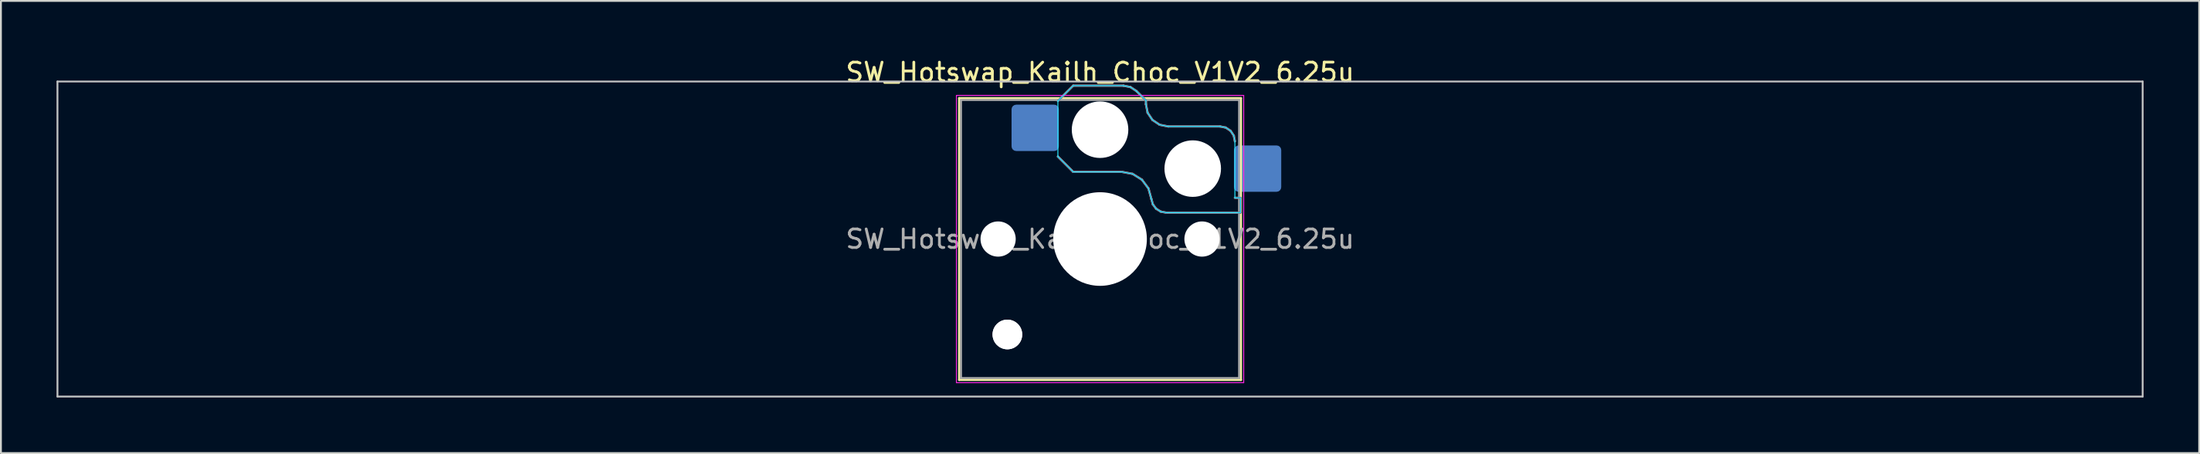
<source format=kicad_pcb>
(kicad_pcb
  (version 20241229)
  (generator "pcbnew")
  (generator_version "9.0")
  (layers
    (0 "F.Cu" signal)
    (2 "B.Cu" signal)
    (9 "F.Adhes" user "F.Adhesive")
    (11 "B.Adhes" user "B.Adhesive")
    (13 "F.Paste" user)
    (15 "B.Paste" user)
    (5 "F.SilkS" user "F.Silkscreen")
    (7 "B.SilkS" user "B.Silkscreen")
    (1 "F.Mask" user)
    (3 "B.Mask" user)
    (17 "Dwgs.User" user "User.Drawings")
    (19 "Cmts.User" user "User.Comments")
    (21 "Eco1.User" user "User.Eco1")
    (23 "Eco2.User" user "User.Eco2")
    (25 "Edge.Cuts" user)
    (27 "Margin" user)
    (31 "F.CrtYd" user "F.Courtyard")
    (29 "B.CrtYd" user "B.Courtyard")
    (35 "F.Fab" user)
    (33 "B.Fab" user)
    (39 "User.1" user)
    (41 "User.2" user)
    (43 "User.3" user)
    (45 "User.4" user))
  (footprint "SW_Hotswap_Kailh_Choc_V1V2_6.25u"
    (layer "F.Cu")
    (at 56.3 9.848)
    (property "Reference" "SW_Hotswap_Kailh_Choc_V1V2_6.25u" (at 0 -9 0) (layer "F.SilkS") (effects (font (size 1 1) (thickness 0.15))))
    (attr smd)
    (fp_line (start -7.6 -7.6) (end -7.6 7.6) (stroke (width 0.12) (type solid)) (layer "F.SilkS"))
    (fp_line (start -7.6 7.6) (end 7.6 7.6) (stroke (width 0.12) (type solid)) (layer "F.SilkS"))
    (fp_line (start 7.6 -7.6) (end -7.6 -7.6) (stroke (width 0.12) (type solid)) (layer "F.SilkS"))
    (fp_line (start 7.6 7.6) (end 7.6 -7.6) (stroke (width 0.12) (type solid)) (layer "F.SilkS"))
    (fp_line (start -2.275 -7.45) (end -1.45 -8.275) (stroke (width 0.12) (type solid)) (layer "B.SilkS"))
    (fp_line (start -1.45 -8.275) (end 1.261 -8.275) (stroke (width 0.12) (type solid)) (layer "B.SilkS"))
    (fp_line (start -1.45 -3.625) (end -2.275 -4.45) (stroke (width 0.12) (type solid)) (layer "B.SilkS"))
    (fp_line (start 1.175 -3.625) (end -1.45 -3.625) (stroke (width 0.12) (type solid)) (layer "B.SilkS"))
    (fp_line (start 1.261 -8.275) (end 1.643 -8.199) (stroke (width 0.12) (type solid)) (layer "B.SilkS"))
    (fp_line (start 1.643 -8.199) (end 1.968 -7.982) (stroke (width 0.12) (type solid)) (layer "B.SilkS"))
    (fp_line (start 1.756 -3.516) (end 1.175 -3.625) (stroke (width 0.12) (type solid)) (layer "B.SilkS"))
    (fp_line (start 1.968 -7.982) (end 2.475 -7.475) (stroke (width 0.12) (type solid)) (layer "B.SilkS"))
    (fp_line (start 2.258 -3.203) (end 1.756 -3.516) (stroke (width 0.12) (type solid)) (layer "B.SilkS"))
    (fp_line (start 2.475 -7.475) (end 2.475 -7.275) (stroke (width 0.12) (type solid)) (layer "B.SilkS"))
    (fp_line (start 2.475 -7.275) (end 2.566 -6.816) (stroke (width 0.12) (type solid)) (layer "B.SilkS"))
    (fp_line (start 2.566 -6.816) (end 2.826 -6.426) (stroke (width 0.12) (type solid)) (layer "B.SilkS"))
    (fp_line (start 2.612 -2.729) (end 2.258 -3.203) (stroke (width 0.12) (type solid)) (layer "B.SilkS"))
    (fp_line (start 2.769 -2.158) (end 2.612 -2.729) (stroke (width 0.12) (type solid)) (layer "B.SilkS"))
    (fp_line (start 2.826 -6.426) (end 3.216 -6.166) (stroke (width 0.12) (type solid)) (layer "B.SilkS"))
    (fp_line (start 2.848 -1.873) (end 2.769 -2.158) (stroke (width 0.12) (type solid)) (layer "B.SilkS"))
    (fp_line (start 3.025 -1.636) (end 2.848 -1.873) (stroke (width 0.12) (type solid)) (layer "B.SilkS"))
    (fp_line (start 3.216 -6.166) (end 3.675 -6.075) (stroke (width 0.12) (type solid)) (layer "B.SilkS"))
    (fp_line (start 3.276 -1.48) (end 3.025 -1.636) (stroke (width 0.12) (type solid)) (layer "B.SilkS"))
    (fp_line (start 3.567 -1.425) (end 3.276 -1.48) (stroke (width 0.12) (type solid)) (layer "B.SilkS"))
    (fp_line (start 3.675 -6.075) (end 6.475 -6.075) (stroke (width 0.12) (type solid)) (layer "B.SilkS"))
    (fp_line (start 6.475 -6.075) (end 6.781 -6.014) (stroke (width 0.12) (type solid)) (layer "B.SilkS"))
    (fp_line (start 6.781 -6.014) (end 7.041 -5.841) (stroke (width 0.12) (type solid)) (layer "B.SilkS"))
    (fp_line (start 7.041 -5.841) (end 7.214 -5.581) (stroke (width 0.12) (type solid)) (layer "B.SilkS"))
    (fp_line (start 7.214 -5.581) (end 7.275 -5.275) (stroke (width 0.12) (type solid)) (layer "B.SilkS"))
    (fp_line (start 7.275 -2.225) (end 7.575 -2.225) (stroke (width 0.12) (type solid)) (layer "B.SilkS"))
    (fp_line (start 7.575 -2.225) (end 7.575 -1.425) (stroke (width 0.12) (type solid)) (layer "B.SilkS"))
    (fp_line (start 7.575 -1.425) (end 3.567 -1.425) (stroke (width 0.12) (type solid)) (layer "B.SilkS"))
    (fp_line (start -56.25 -8.5) (end -56.25 8.5) (stroke (width 0.1) (type solid)) (layer "Dwgs.User"))
    (fp_line (start -56.25 8.5) (end 56.25 8.5) (stroke (width 0.1) (type solid)) (layer "Dwgs.User"))
    (fp_line (start 56.25 -8.5) (end -56.25 -8.5) (stroke (width 0.1) (type solid)) (layer "Dwgs.User"))
    (fp_line (start 56.25 8.5) (end 56.25 -8.5) (stroke (width 0.1) (type solid)) (layer "Dwgs.User"))
    (fp_line (start -7.25 -7.25) (end -7.25 7.25) (stroke (width 0.1) (type solid)) (layer "Eco1.User"))
    (fp_line (start -7.25 7.25) (end 7.25 7.25) (stroke (width 0.1) (type solid)) (layer "Eco1.User"))
    (fp_line (start 7.25 -7.25) (end -7.25 -7.25) (stroke (width 0.1) (type solid)) (layer "Eco1.User"))
    (fp_line (start 7.25 7.25) (end 7.25 -7.25) (stroke (width 0.1) (type solid)) (layer "Eco1.User"))
    (fp_line (start -2.275 -7.45) (end -1.45 -8.275) (stroke (width 0.05) (type solid)) (layer "B.CrtYd"))
    (fp_line (start -2.275 -4.45) (end -2.275 -7.45) (stroke (width 0.05) (type solid)) (layer "B.CrtYd"))
    (fp_line (start -1.45 -8.275) (end 1.261 -8.275) (stroke (width 0.05) (type solid)) (layer "B.CrtYd"))
    (fp_line (start -1.45 -3.625) (end -2.275 -4.45) (stroke (width 0.05) (type solid)) (layer "B.CrtYd"))
    (fp_line (start 1.175 -3.625) (end -1.45 -3.625) (stroke (width 0.05) (type solid)) (layer "B.CrtYd"))
    (fp_line (start 1.261 -8.275) (end 1.643 -8.199) (stroke (width 0.05) (type solid)) (layer "B.CrtYd"))
    (fp_line (start 1.643 -8.199) (end 1.968 -7.982) (stroke (width 0.05) (type solid)) (layer "B.CrtYd"))
    (fp_line (start 1.756 -3.516) (end 1.175 -3.625) (stroke (width 0.05) (type solid)) (layer "B.CrtYd"))
    (fp_line (start 1.968 -7.982) (end 2.475 -7.475) (stroke (width 0.05) (type solid)) (layer "B.CrtYd"))
    (fp_line (start 2.258 -3.203) (end 1.756 -3.516) (stroke (width 0.05) (type solid)) (layer "B.CrtYd"))
    (fp_line (start 2.475 -7.475) (end 2.475 -7.275) (stroke (width 0.05) (type solid)) (layer "B.CrtYd"))
    (fp_line (start 2.475 -7.275) (end 2.566 -6.816) (stroke (width 0.05) (type solid)) (layer "B.CrtYd"))
    (fp_line (start 2.566 -6.816) (end 2.826 -6.426) (stroke (width 0.05) (type solid)) (layer "B.CrtYd"))
    (fp_line (start 2.612 -2.729) (end 2.258 -3.203) (stroke (width 0.05) (type solid)) (layer "B.CrtYd"))
    (fp_line (start 2.769 -2.158) (end 2.612 -2.729) (stroke (width 0.05) (type solid)) (layer "B.CrtYd"))
    (fp_line (start 2.826 -6.426) (end 3.216 -6.166) (stroke (width 0.05) (type solid)) (layer "B.CrtYd"))
    (fp_line (start 2.848 -1.873) (end 2.769 -2.158) (stroke (width 0.05) (type solid)) (layer "B.CrtYd"))
    (fp_line (start 3.025 -1.636) (end 2.848 -1.873) (stroke (width 0.05) (type solid)) (layer "B.CrtYd"))
    (fp_line (start 3.216 -6.166) (end 3.675 -6.075) (stroke (width 0.05) (type solid)) (layer "B.CrtYd"))
    (fp_line (start 3.276 -1.48) (end 3.025 -1.636) (stroke (width 0.05) (type solid)) (layer "B.CrtYd"))
    (fp_line (start 3.567 -1.425) (end 3.276 -1.48) (stroke (width 0.05) (type solid)) (layer "B.CrtYd"))
    (fp_line (start 3.675 -6.075) (end 6.475 -6.075) (stroke (width 0.05) (type solid)) (layer "B.CrtYd"))
    (fp_line (start 6.475 -6.075) (end 6.781 -6.014) (stroke (width 0.05) (type solid)) (layer "B.CrtYd"))
    (fp_line (start 6.781 -6.014) (end 7.041 -5.841) (stroke (width 0.05) (type solid)) (layer "B.CrtYd"))
    (fp_line (start 7.041 -5.841) (end 7.214 -5.581) (stroke (width 0.05) (type solid)) (layer "B.CrtYd"))
    (fp_line (start 7.214 -5.581) (end 7.275 -5.275) (stroke (width 0.05) (type solid)) (layer "B.CrtYd"))
    (fp_line (start 7.275 -5.275) (end 7.275 -2.225) (stroke (width 0.05) (type solid)) (layer "B.CrtYd"))
    (fp_line (start 7.275 -2.225) (end 7.575 -2.225) (stroke (width 0.05) (type solid)) (layer "B.CrtYd"))
    (fp_line (start 7.575 -2.225) (end 7.575 -1.425) (stroke (width 0.05) (type solid)) (layer "B.CrtYd"))
    (fp_line (start 7.575 -1.425) (end 3.567 -1.425) (stroke (width 0.05) (type solid)) (layer "B.CrtYd"))
    (fp_line (start -7.75 -7.75) (end -7.75 7.75) (stroke (width 0.05) (type solid)) (layer "F.CrtYd"))
    (fp_line (start -7.75 7.75) (end 7.75 7.75) (stroke (width 0.05) (type solid)) (layer "F.CrtYd"))
    (fp_line (start 7.75 -7.75) (end -7.75 -7.75) (stroke (width 0.05) (type solid)) (layer "F.CrtYd"))
    (fp_line (start 7.75 7.75) (end 7.75 -7.75) (stroke (width 0.05) (type solid)) (layer "F.CrtYd"))
    (fp_line (start -2.275 -7.45) (end -1.45 -8.275) (stroke (width 0.1) (type solid)) (layer "B.Fab"))
    (fp_line (start -1.45 -8.275) (end 1.261 -8.275) (stroke (width 0.1) (type solid)) (layer "B.Fab"))
    (fp_line (start -1.45 -3.625) (end -2.275 -4.45) (stroke (width 0.1) (type solid)) (layer "B.Fab"))
    (fp_line (start 1.175 -3.625) (end -1.45 -3.625) (stroke (width 0.1) (type solid)) (layer "B.Fab"))
    (fp_line (start 1.261 -8.275) (end 1.643 -8.199) (stroke (width 0.1) (type solid)) (layer "B.Fab"))
    (fp_line (start 1.643 -8.199) (end 1.968 -7.982) (stroke (width 0.1) (type solid)) (layer "B.Fab"))
    (fp_line (start 1.756 -3.516) (end 1.175 -3.625) (stroke (width 0.1) (type solid)) (layer "B.Fab"))
    (fp_line (start 1.968 -7.982) (end 2.475 -7.475) (stroke (width 0.1) (type solid)) (layer "B.Fab"))
    (fp_line (start 2.258 -3.203) (end 1.756 -3.516) (stroke (width 0.1) (type solid)) (layer "B.Fab"))
    (fp_line (start 2.475 -7.475) (end 2.475 -7.275) (stroke (width 0.1) (type solid)) (layer "B.Fab"))
    (fp_line (start 2.475 -7.275) (end 2.566 -6.816) (stroke (width 0.1) (type solid)) (layer "B.Fab"))
    (fp_line (start 2.566 -6.816) (end 2.826 -6.426) (stroke (width 0.1) (type solid)) (layer "B.Fab"))
    (fp_line (start 2.612 -2.729) (end 2.258 -3.203) (stroke (width 0.1) (type solid)) (layer "B.Fab"))
    (fp_line (start 2.769 -2.158) (end 2.612 -2.729) (stroke (width 0.1) (type solid)) (layer "B.Fab"))
    (fp_line (start 2.826 -6.426) (end 3.216 -6.166) (stroke (width 0.1) (type solid)) (layer "B.Fab"))
    (fp_line (start 2.848 -1.873) (end 2.769 -2.158) (stroke (width 0.1) (type solid)) (layer "B.Fab"))
    (fp_line (start 3.025 -1.636) (end 2.848 -1.873) (stroke (width 0.1) (type solid)) (layer "B.Fab"))
    (fp_line (start 3.216 -6.166) (end 3.675 -6.075) (stroke (width 0.1) (type solid)) (layer "B.Fab"))
    (fp_line (start 3.276 -1.48) (end 3.025 -1.636) (stroke (width 0.1) (type solid)) (layer "B.Fab"))
    (fp_line (start 3.567 -1.425) (end 3.276 -1.48) (stroke (width 0.1) (type solid)) (layer "B.Fab"))
    (fp_line (start 3.675 -6.075) (end 6.475 -6.075) (stroke (width 0.1) (type solid)) (layer "B.Fab"))
    (fp_line (start 6.475 -6.075) (end 6.781 -6.014) (stroke (width 0.1) (type solid)) (layer "B.Fab"))
    (fp_line (start 6.781 -6.014) (end 7.041 -5.841) (stroke (width 0.1) (type solid)) (layer "B.Fab"))
    (fp_line (start 7.041 -5.841) (end 7.214 -5.581) (stroke (width 0.1) (type solid)) (layer "B.Fab"))
    (fp_line (start 7.214 -5.581) (end 7.275 -5.275) (stroke (width 0.1) (type solid)) (layer "B.Fab"))
    (fp_line (start 7.275 -2.225) (end 7.575 -2.225) (stroke (width 0.1) (type solid)) (layer "B.Fab"))
    (fp_line (start 7.575 -2.225) (end 7.575 -1.425) (stroke (width 0.1) (type solid)) (layer "B.Fab"))
    (fp_line (start 7.575 -1.425) (end 3.567 -1.425) (stroke (width 0.1) (type solid)) (layer "B.Fab"))
    (fp_line (start -7.5 -7.5) (end -7.5 7.5) (stroke (width 0.1) (type solid)) (layer "F.Fab"))
    (fp_line (start -7.5 7.5) (end 7.5 7.5) (stroke (width 0.1) (type solid)) (layer "F.Fab"))
    (fp_line (start 7.5 -7.5) (end -7.5 -7.5) (stroke (width 0.1) (type solid)) (layer "F.Fab"))
    (fp_line (start 7.5 7.5) (end 7.5 -7.5) (stroke (width 0.1) (type solid)) (layer "F.Fab"))
    (fp_text user "${REFERENCE}" (at 0 0 0) (layer "F.Fab") (effects (font (size 1 1) (thickness 0.15))))
    (pad "" np_thru_hole circle (at -5.5 0) (size 1.9 1.9) (drill 1.9) (layers "*.Cu" "*.Mask"))
    (pad "" np_thru_hole circle (at -5 5.15) (size 1.6 1.6) (drill 1.6) (layers "*.Cu" "*.Mask"))
    (pad "" np_thru_hole circle (at -5 5.15) (size 1.6 1.6) (drill 1.6) (layers "*.Cu" "*.Mask"))
    (pad "" np_thru_hole circle (at 0 -5.9) (size 3.05 3.05) (drill 3.05) (layers "*.Cu" "*.Mask"))
    (pad "" np_thru_hole circle (at 0 0) (size 5.05 5.05) (drill 5.05) (layers "*.Cu" "*.Mask"))
    (pad "" np_thru_hole circle (at 5 -3.8) (size 3.05 3.05) (drill 3.05) (layers "*.Cu" "*.Mask"))
    (pad "" np_thru_hole circle (at 5.5 0) (size 1.9 1.9) (drill 1.9) (layers "*.Cu" "*.Mask"))
    (pad "1" smd roundrect (at -3.5 -6) (size 2.55 2.5) (layers "B.Cu" "B.Mask" "B.Paste") (roundrect_rratio 0.1))
    (pad "2" smd roundrect (at 8.5 -3.8) (size 2.55 2.5) (layers "B.Cu" "B.Mask" "B.Paste") (roundrect_rratio 0.1)))
  (gr_rect
    (start -3 -3)
    (end 115.6 21.398)
    (stroke (width 0.1) (type default))
    (fill no)
    (layer "Edge.Cuts")))
</source>
